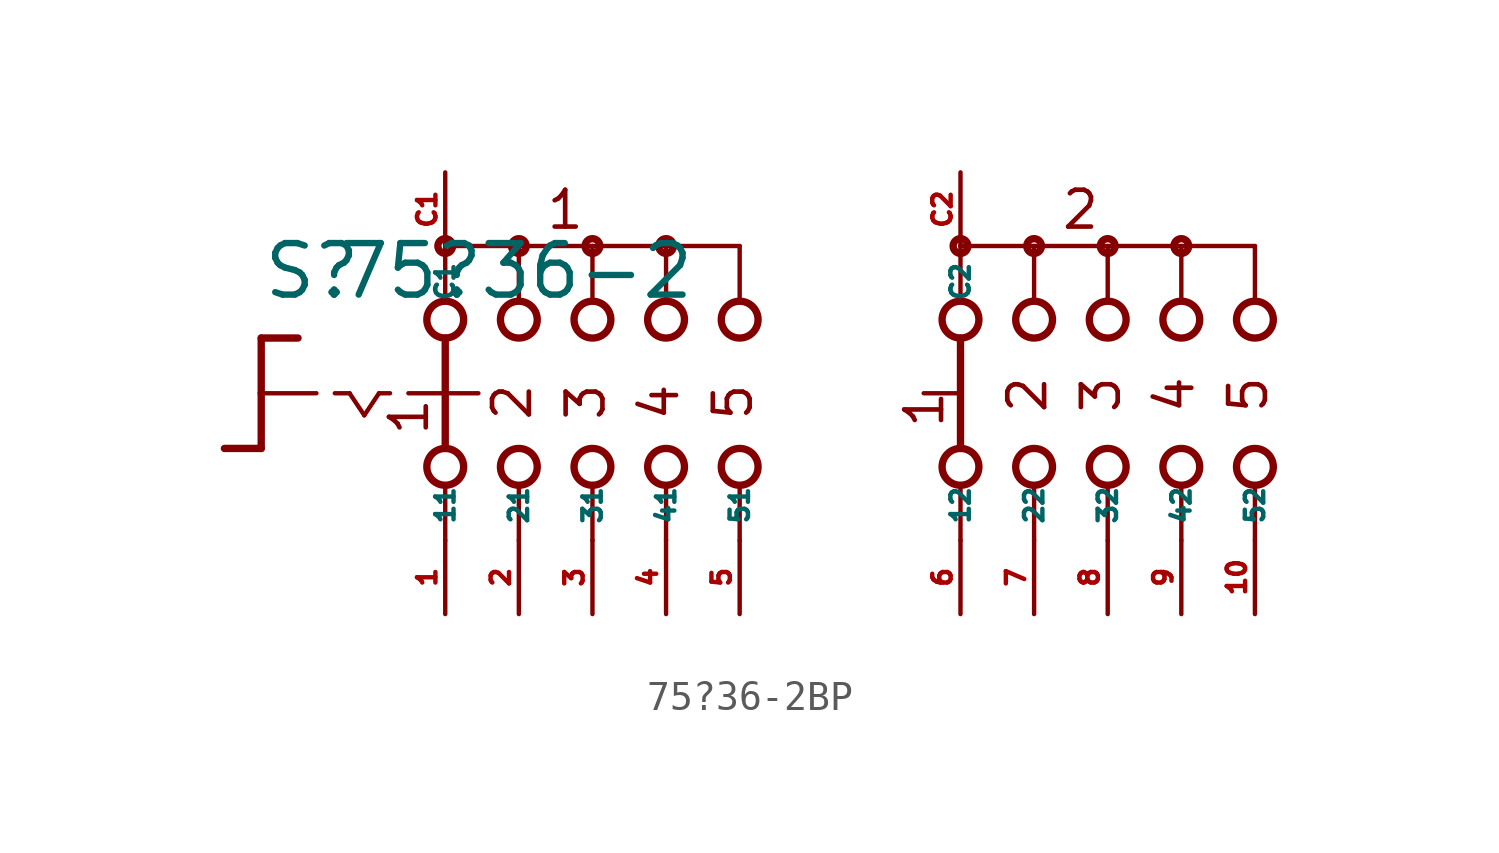
<source format=kicad_sym>
(kicad_symbol_lib
  (version 20220914)
  (generator Eagle2Kicad)
  (symbol "75?36-2BP"
    (property "Reference" "S"
      (at -19.05 3.175 0)
      (effects (font (size 1.778 1.778) (thickness 0.22)) (justify left bottom)))
    (property "Value" "75?36-2"
      (at -16.51 3.175 0)
      (effects (font (size 1.778 1.778) (thickness 0.22)) (justify left bottom)))
    (polyline
      (pts (xy -19.05 1.905) (xy -17.78 1.905))
      (stroke (width 0.254) (type default))
      (fill (type none)))
    (polyline
      (pts (xy -19.05 1.905) (xy -19.05 0))
      (stroke (width 0.254) (type default))
      (fill (type none)))
    (polyline
      (pts (xy -19.05 -1.905) (xy -20.32 -1.905))
      (stroke (width 0.254) (type default))
      (fill (type none)))
    (polyline
      (pts (xy -19.05 0) (xy -17.145 0))
      (stroke (width 0.152) (type default))
      (fill (type none)))
    (polyline
      (pts (xy -19.05 0) (xy -19.05 -1.905))
      (stroke (width 0.254) (type default))
      (fill (type none)))
    (polyline
      (pts (xy -16.51 0) (xy -16.002 0))
      (stroke (width 0.152) (type default))
      (fill (type none)))
    (polyline
      (pts (xy -14.986 0) (xy -14.605 0))
      (stroke (width 0.152) (type default))
      (fill (type none)))
    (polyline
      (pts (xy -16.002 0) (xy -15.494 -0.762))
      (stroke (width 0.152) (type default))
      (fill (type none)))
    (polyline
      (pts (xy -15.494 -0.762) (xy -14.986 0))
      (stroke (width 0.152) (type default))
      (fill (type none)))
    (polyline
      (pts (xy -10.16 3.175) (xy -10.16 5.08))
      (stroke (width 0.152) (type default))
      (fill (type none)))
    (polyline
      (pts (xy -7.62 3.175) (xy -7.62 5.08))
      (stroke (width 0.152) (type default))
      (fill (type none)))
    (polyline
      (pts (xy -5.08 3.175) (xy -5.08 5.08))
      (stroke (width 0.152) (type default))
      (fill (type none)))
    (polyline
      (pts (xy -7.62 5.08) (xy -10.16 5.08))
      (stroke (width 0.152) (type default))
      (fill (type none)))
    (polyline
      (pts (xy -7.62 5.08) (xy -5.08 5.08))
      (stroke (width 0.152) (type default))
      (fill (type none)))
    (polyline
      (pts (xy -2.54 3.175) (xy -2.54 5.08))
      (stroke (width 0.152) (type default))
      (fill (type none)))
    (polyline
      (pts (xy -5.08 5.08) (xy -2.54 5.08))
      (stroke (width 0.152) (type default))
      (fill (type none)))
    (polyline
      (pts (xy -12.7 5.08) (xy -12.7 3.175))
      (stroke (width 0.152) (type default))
      (fill (type none)))
    (polyline
      (pts (xy -10.16 5.08) (xy -12.7 5.08))
      (stroke (width 0.152) (type default))
      (fill (type none)))
    (polyline
      (pts (xy 5.08 3.175) (xy 5.08 5.08))
      (stroke (width 0.152) (type default))
      (fill (type none)))
    (polyline
      (pts (xy 5.08 -5.08) (xy 5.08 -3.175))
      (stroke (width 0.152) (type default))
      (fill (type none)))
    (polyline
      (pts (xy 7.62 3.175) (xy 7.62 5.08))
      (stroke (width 0.152) (type default))
      (fill (type none)))
    (polyline
      (pts (xy 10.16 3.175) (xy 10.16 5.08))
      (stroke (width 0.152) (type default))
      (fill (type none)))
    (polyline
      (pts (xy 12.7 3.175) (xy 12.7 5.08))
      (stroke (width 0.152) (type default))
      (fill (type none)))
    (polyline
      (pts (xy 15.24 3.175) (xy 15.24 5.08))
      (stroke (width 0.152) (type default))
      (fill (type none)))
    (polyline
      (pts (xy 5.08 5.08) (xy 7.62 5.08))
      (stroke (width 0.152) (type default))
      (fill (type none)))
    (polyline
      (pts (xy 7.62 5.08) (xy 10.16 5.08))
      (stroke (width 0.152) (type default))
      (fill (type none)))
    (polyline
      (pts (xy 10.16 5.08) (xy 12.7 5.08))
      (stroke (width 0.152) (type default))
      (fill (type none)))
    (polyline
      (pts (xy 12.7 5.08) (xy 15.24 5.08))
      (stroke (width 0.152) (type default))
      (fill (type none)))
    (polyline
      (pts (xy 7.62 -5.08) (xy 7.62 -3.175))
      (stroke (width 0.152) (type default))
      (fill (type none)))
    (polyline
      (pts (xy 10.16 -5.08) (xy 10.16 -3.175))
      (stroke (width 0.152) (type default))
      (fill (type none)))
    (polyline
      (pts (xy 12.7 -5.08) (xy 12.7 -3.175))
      (stroke (width 0.152) (type default))
      (fill (type none)))
    (polyline
      (pts (xy 15.24 -5.08) (xy 15.24 -3.175))
      (stroke (width 0.152) (type default))
      (fill (type none)))
    (polyline
      (pts (xy 5.08 1.905) (xy 5.08 -1.905))
      (stroke (width 0.254) (type default))
      (fill (type none)))
    (polyline
      (pts (xy 3.81 0) (xy 4.953 0))
      (stroke (width 0.152) (type default))
      (fill (type none)))
    (polyline
      (pts (xy -13.97 0) (xy -12.827 0))
      (stroke (width 0.152) (type default))
      (fill (type none)))
    (polyline
      (pts (xy -10.16 -5.08) (xy -10.16 -3.175))
      (stroke (width 0.152) (type default))
      (fill (type none)))
    (polyline
      (pts (xy -7.62 -5.08) (xy -7.62 -3.175))
      (stroke (width 0.152) (type default))
      (fill (type none)))
    (polyline
      (pts (xy -5.08 -5.08) (xy -5.08 -3.175))
      (stroke (width 0.152) (type default))
      (fill (type none)))
    (polyline
      (pts (xy -2.54 -5.08) (xy -2.54 -3.175))
      (stroke (width 0.152) (type default))
      (fill (type none)))
    (polyline
      (pts (xy -12.7 1.905) (xy -12.7 0))
      (stroke (width 0.254) (type default))
      (fill (type none)))
    (polyline
      (pts (xy -12.7 -3.175) (xy -12.7 -5.08))
      (stroke (width 0.152) (type default))
      (fill (type none)))
    (polyline
      (pts (xy -12.7 0) (xy -11.557 0))
      (stroke (width 0.152) (type default))
      (fill (type none)))
    (polyline
      (pts (xy -12.7 0) (xy -12.7 -1.905))
      (stroke (width 0.254) (type default))
      (fill (type none)))
    (text "2"
      (at 8.128 -0.762 900)
      (effects (font (size 1.27 1.27) (thickness 0.16)) (justify left bottom)))
    (text "3"
      (at 10.668 -0.762 900)
      (effects (font (size 1.27 1.27) (thickness 0.16)) (justify left bottom)))
    (text "4"
      (at 13.208 -0.762 900)
      (effects (font (size 1.27 1.27) (thickness 0.16)) (justify left bottom)))
    (text "5"
      (at 15.748 -0.762 900)
      (effects (font (size 1.27 1.27) (thickness 0.16)) (justify left bottom)))
    (text "1"
      (at 4.572 -1.27 900)
      (effects (font (size 1.27 1.27) (thickness 0.16)) (justify left bottom)))
    (text "1"
      (at -13.208 -1.524 900)
      (effects (font (size 1.27 1.27) (thickness 0.16)) (justify left bottom)))
    (text "2"
      (at -9.652 -1.016 900)
      (effects (font (size 1.27 1.27) (thickness 0.16)) (justify left bottom)))
    (text "3"
      (at -7.112 -1.016 900)
      (effects (font (size 1.27 1.27) (thickness 0.16)) (justify left bottom)))
    (text "4"
      (at -4.572 -1.016 900)
      (effects (font (size 1.27 1.27) (thickness 0.16)) (justify left bottom)))
    (text "5"
      (at -2.032 -1.016 900)
      (effects (font (size 1.27 1.27) (thickness 0.16)) (justify left bottom)))
    (text "1 "
      (at -9.271 5.588 0)
      (effects (font (size 1.27 1.27) (thickness 0.16)) (justify left bottom)))
    (text "2 "
      (at 8.509 5.588 0)
      (effects (font (size 1.27 1.27) (thickness 0.16)) (justify left bottom)))
    (circle
      (center -7.62 5.08)
      (radius 0.254)
      (stroke (width 0.254) (type default))
      (fill (type none)))
    (circle
      (center -5.08 5.08)
      (radius 0.254)
      (stroke (width 0.254) (type default))
      (fill (type none)))
    (circle
      (center -12.7 5.08)
      (radius 0.254)
      (stroke (width 0.254) (type default))
      (fill (type none)))
    (circle
      (center -10.16 5.08)
      (radius 0.254)
      (stroke (width 0.254) (type default))
      (fill (type none)))
    (circle
      (center -12.7 2.54)
      (radius 0.635)
      (stroke (width 0.254) (type default))
      (fill (type none)))
    (circle
      (center -10.16 2.54)
      (radius 0.635)
      (stroke (width 0.254) (type default))
      (fill (type none)))
    (circle
      (center -7.62 2.54)
      (radius 0.635)
      (stroke (width 0.254) (type default))
      (fill (type none)))
    (circle
      (center -5.08 2.54)
      (radius 0.635)
      (stroke (width 0.254) (type default))
      (fill (type none)))
    (circle
      (center -2.54 2.54)
      (radius 0.635)
      (stroke (width 0.254) (type default))
      (fill (type none)))
    (circle
      (center 5.08 5.08)
      (radius 0.254)
      (stroke (width 0.254) (type default))
      (fill (type none)))
    (circle
      (center 5.08 2.54)
      (radius 0.635)
      (stroke (width 0.254) (type default))
      (fill (type none)))
    (circle
      (center 5.08 -2.54)
      (radius 0.635)
      (stroke (width 0.254) (type default))
      (fill (type none)))
    (circle
      (center 7.62 2.54)
      (radius 0.635)
      (stroke (width 0.254) (type default))
      (fill (type none)))
    (circle
      (center 10.16 2.54)
      (radius 0.635)
      (stroke (width 0.254) (type default))
      (fill (type none)))
    (circle
      (center 12.7 2.54)
      (radius 0.635)
      (stroke (width 0.254) (type default))
      (fill (type none)))
    (circle
      (center 15.24 2.54)
      (radius 0.635)
      (stroke (width 0.254) (type default))
      (fill (type none)))
    (circle
      (center 7.62 5.08)
      (radius 0.254)
      (stroke (width 0.254) (type default))
      (fill (type none)))
    (circle
      (center 10.16 5.08)
      (radius 0.254)
      (stroke (width 0.254) (type default))
      (fill (type none)))
    (circle
      (center 12.7 5.08)
      (radius 0.254)
      (stroke (width 0.254) (type default))
      (fill (type none)))
    (circle
      (center 7.62 -2.54)
      (radius 0.635)
      (stroke (width 0.254) (type default))
      (fill (type none)))
    (circle
      (center 10.16 -2.54)
      (radius 0.635)
      (stroke (width 0.254) (type default))
      (fill (type none)))
    (circle
      (center 12.7 -2.54)
      (radius 0.635)
      (stroke (width 0.254) (type default))
      (fill (type none)))
    (circle
      (center 15.24 -2.54)
      (radius 0.635)
      (stroke (width 0.254) (type default))
      (fill (type none)))
    (circle
      (center -12.7 -2.54)
      (radius 0.635)
      (stroke (width 0.254) (type default))
      (fill (type none)))
    (circle
      (center -10.16 -2.54)
      (radius 0.635)
      (stroke (width 0.254) (type default))
      (fill (type none)))
    (circle
      (center -7.62 -2.54)
      (radius 0.635)
      (stroke (width 0.254) (type default))
      (fill (type none)))
    (circle
      (center -5.08 -2.54)
      (radius 0.635)
      (stroke (width 0.254) (type default))
      (fill (type none)))
    (circle
      (center -2.54 -2.54)
      (radius 0.635)
      (stroke (width 0.254) (type default))
      (fill (type none)))
    (pin passive line
      (at -12.7 -7.62 90)
      (length 2.54)
      (name "11" (effects (font (size 0.635 0.635) (thickness 0.08)) (justify left bottom)))
      (number "1" (effects (font (size 0.635 0.635) (thickness 0.08)) (justify left bottom))))
    (pin passive line
      (at -12.7 7.62 270)
      (length 2.54)
      (name "C1" (effects (font (size 0.635 0.635) (thickness 0.08)) (justify left bottom)))
      (number "C1" (effects (font (size 0.635 0.635) (thickness 0.08)) (justify left bottom))))
    (pin passive line
      (at -10.16 -7.62 90)
      (length 2.54)
      (name "21" (effects (font (size 0.635 0.635) (thickness 0.08)) (justify left bottom)))
      (number "2" (effects (font (size 0.635 0.635) (thickness 0.08)) (justify left bottom))))
    (pin passive line
      (at -7.62 -7.62 90)
      (length 2.54)
      (name "31" (effects (font (size 0.635 0.635) (thickness 0.08)) (justify left bottom)))
      (number "3" (effects (font (size 0.635 0.635) (thickness 0.08)) (justify left bottom))))
    (pin passive line
      (at -5.08 -7.62 90)
      (length 2.54)
      (name "41" (effects (font (size 0.635 0.635) (thickness 0.08)) (justify left bottom)))
      (number "4" (effects (font (size 0.635 0.635) (thickness 0.08)) (justify left bottom))))
    (pin passive line
      (at -2.54 -7.62 90)
      (length 2.54)
      (name "51" (effects (font (size 0.635 0.635) (thickness 0.08)) (justify left bottom)))
      (number "5" (effects (font (size 0.635 0.635) (thickness 0.08)) (justify left bottom))))
    (pin passive line
      (at 5.08 -7.62 90)
      (length 2.54)
      (name "12" (effects (font (size 0.635 0.635) (thickness 0.08)) (justify left bottom)))
      (number "6" (effects (font (size 0.635 0.635) (thickness 0.08)) (justify left bottom))))
    (pin passive line
      (at 7.62 -7.62 90)
      (length 2.54)
      (name "22" (effects (font (size 0.635 0.635) (thickness 0.08)) (justify left bottom)))
      (number "7" (effects (font (size 0.635 0.635) (thickness 0.08)) (justify left bottom))))
    (pin passive line
      (at 10.16 -7.62 90)
      (length 2.54)
      (name "32" (effects (font (size 0.635 0.635) (thickness 0.08)) (justify left bottom)))
      (number "8" (effects (font (size 0.635 0.635) (thickness 0.08)) (justify left bottom))))
    (pin passive line
      (at 12.7 -7.62 90)
      (length 2.54)
      (name "42" (effects (font (size 0.635 0.635) (thickness 0.08)) (justify left bottom)))
      (number "9" (effects (font (size 0.635 0.635) (thickness 0.08)) (justify left bottom))))
    (pin passive line
      (at 15.24 -7.62 90)
      (length 2.54)
      (name "52" (effects (font (size 0.635 0.635) (thickness 0.08)) (justify left bottom)))
      (number "10" (effects (font (size 0.635 0.635) (thickness 0.08)) (justify left bottom))))
    (pin passive line
      (at 5.08 7.62 270)
      (length 2.54)
      (name "C2" (effects (font (size 0.635 0.635) (thickness 0.08)) (justify left bottom)))
      (number "C2" (effects (font (size 0.635 0.635) (thickness 0.08)) (justify left bottom))))))
</source>
